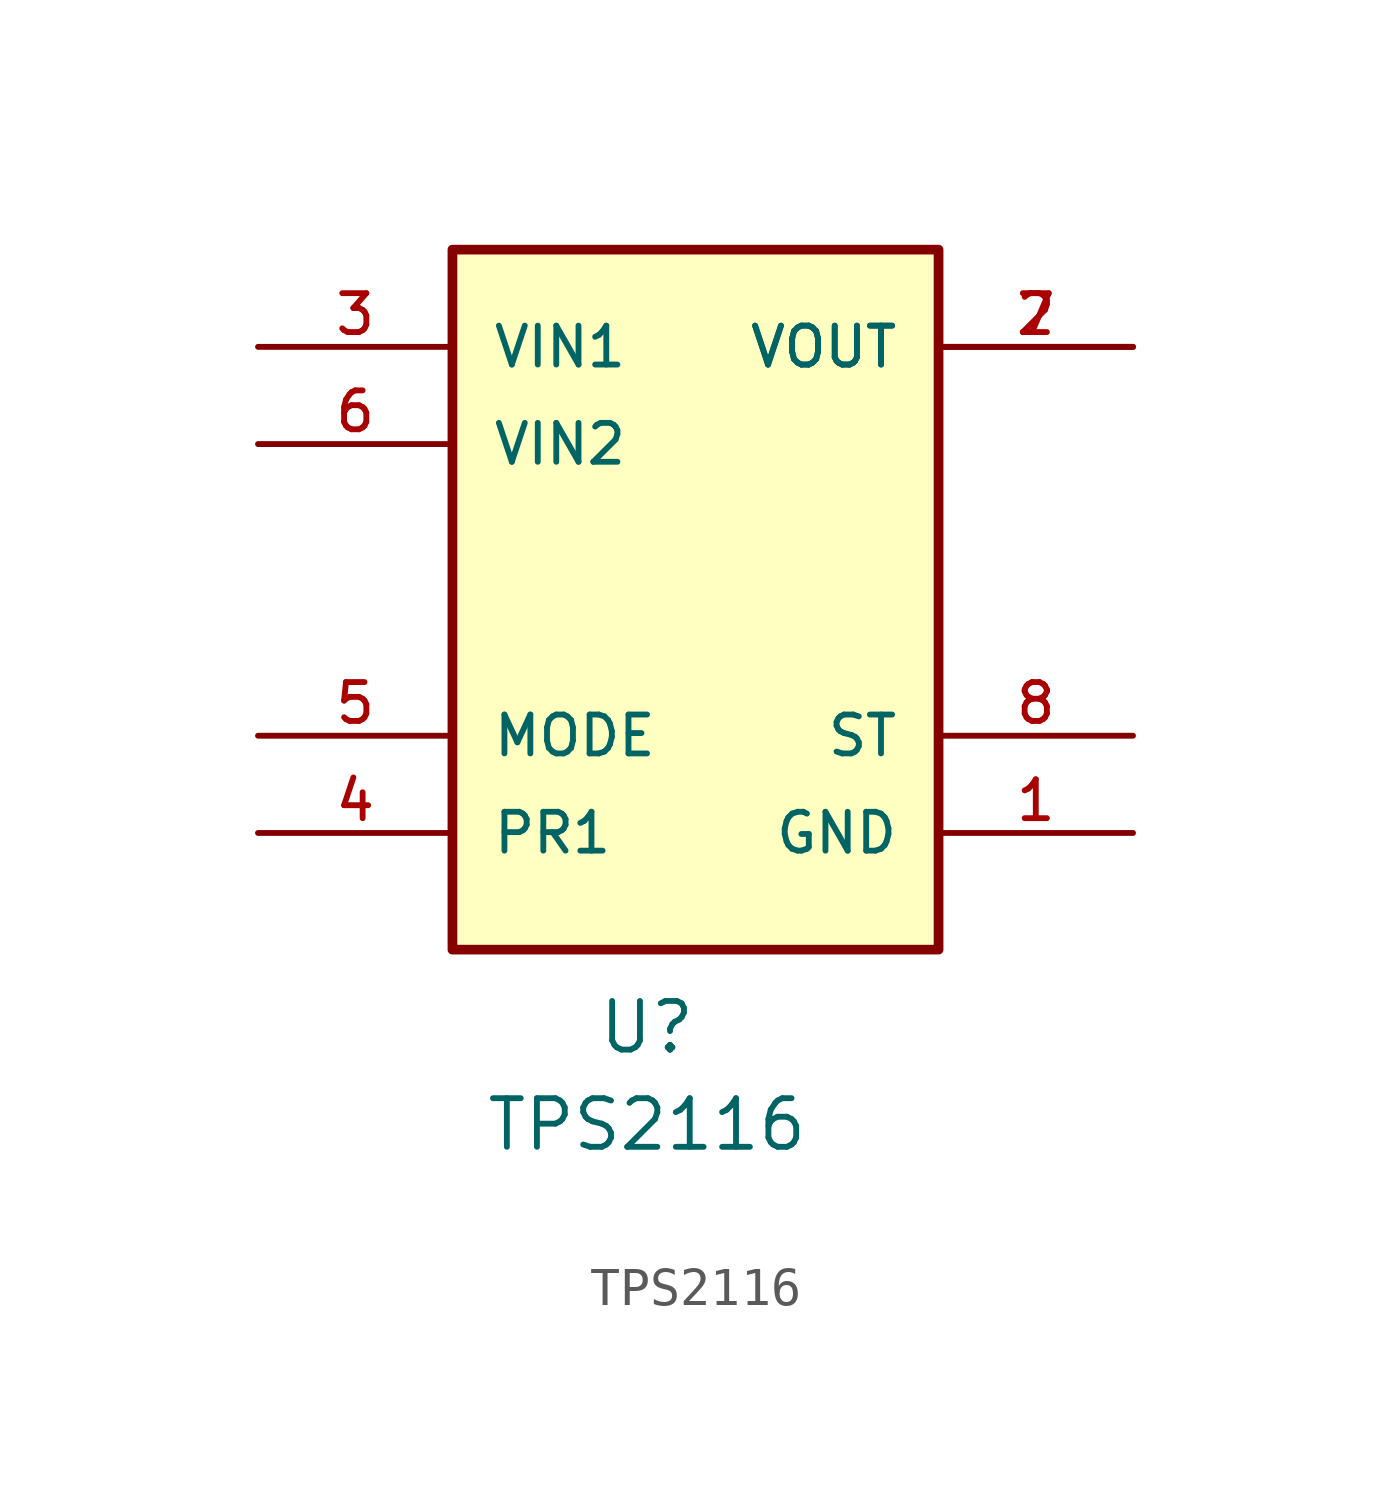
<source format=kicad_sym>
(kicad_symbol_lib
  (version 20211014)
  (generator kicad_symbol_editor)
  (symbol "TPS2116"
    (pin_names
      (offset 1.016))
    (property "Reference" "U"
      (at -1.27 -12.7 0)
      (effects (font (size 1.27 1.27))))
    (property "Value" "TPS2116"
      (at -1.27 -15.24 0)
      (effects (font (size 1.27 1.27))))
    (symbol "TPS2116_0_0"
      (rectangle (start -6.35 7.62) (end 6.35 -10.668) (stroke (width 0.254) (type default) (color 0 0 0 0)) (fill (type background)))
      (pin power_in line (at 11.43 -7.62 180) (length 5.08) (name "GND" (effects (font (size 1.016 1.016)))) (number "1" (effects (font (size 1.016 1.016)))))
      (pin output line (at 11.43 5.08 180) (length 5.08) (name "VOUT" (effects (font (size 1.016 1.016)))) (number "2" (effects (font (size 1.016 1.016)))))
      (pin input line (at -11.43 5.08 0) (length 5.08) (name "VIN1" (effects (font (size 1.016 1.016)))) (number "3" (effects (font (size 1.016 1.016)))))
      (pin input line (at -11.43 -7.62 0) (length 5.08) (name "PR1" (effects (font (size 1.016 1.016)))) (number "4" (effects (font (size 1.016 1.016)))))
      (pin input line (at -11.43 -5.08 0) (length 5.08) (name "MODE" (effects (font (size 1.016 1.016)))) (number "5" (effects (font (size 1.016 1.016)))))
      (pin input line (at -11.43 2.54 0) (length 5.08) (name "VIN2" (effects (font (size 1.016 1.016)))) (number "6" (effects (font (size 1.016 1.016)))))
      (pin output line (at 11.43 5.08 180) (length 5.08) (name "VOUT" (effects (font (size 1.016 1.016)))) (number "7" (effects (font (size 1.016 1.016)))))
      (pin output line (at 11.43 -5.08 180) (length 5.08) (name "ST" (effects (font (size 1.016 1.016)))) (number "8" (effects (font (size 1.016 1.016))))))))
</source>
